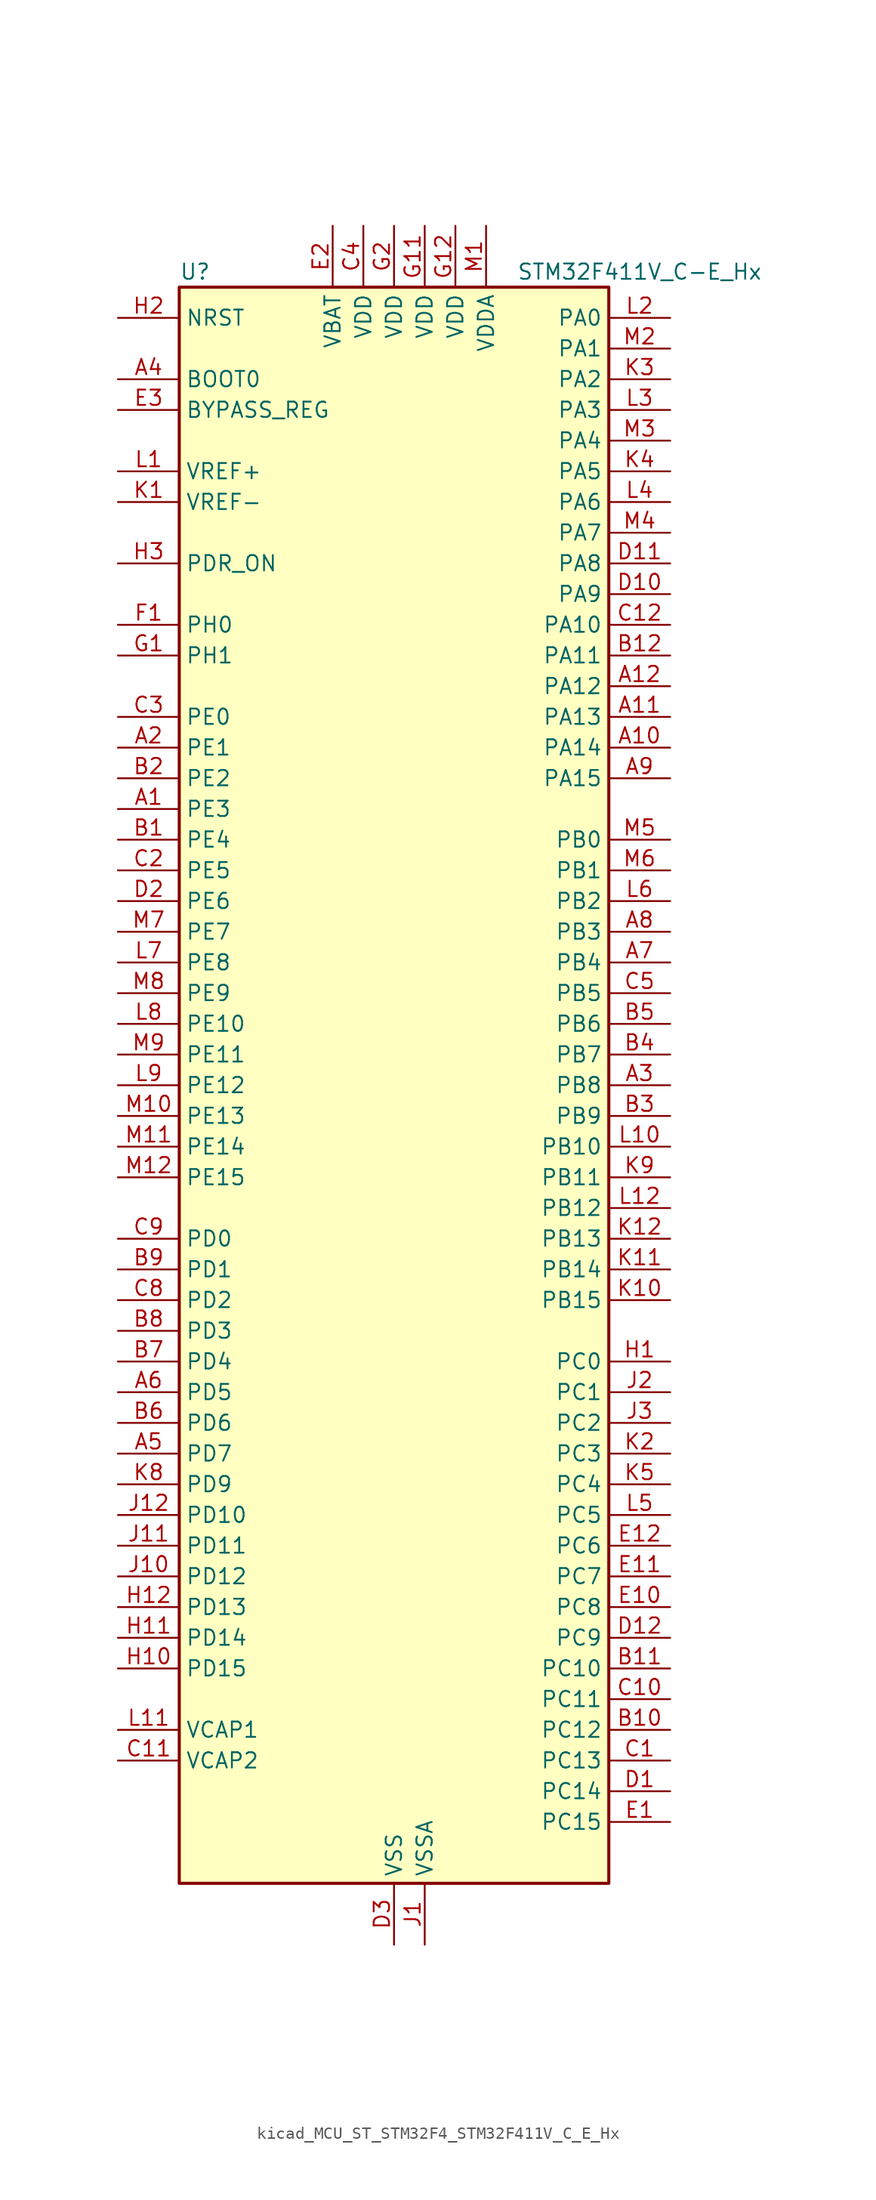
<source format=kicad_sym>
(kicad_symbol_lib
  (version 20220914)
  (generator kicad_symbol_editor)
  (symbol "kicad_MCU_ST_STM32F4_STM32F411V_C_E_Hx"
    (property "Reference" "U"
      (at -17.78 67.31 0)
      (effects (font (size 1.27 1.27)) (justify left)))
    (property "Value" "STM32F411V_C-E_Hx"
      (at 10.16 67.31 0)
      (effects (font (size 1.27 1.27)) (justify left)))
    (property "ki_locked" ""
      (at 0 0 0)
      (effects (font (size 1.27 1.27))))
    (symbol "kicad_MCU_ST_STM32F4_STM32F411V_C_E_Hx_0_1"
      (rectangle (start -17.78 -66.04) (end 17.78 66.04) (stroke (width 0.254) (type default)) (fill (type background))))
    (symbol "kicad_MCU_ST_STM32F4_STM32F411V_C_E_Hx_1_1"
      (pin bidirectional line (at -22.86 22.86 0) (length 5.08) (name "PE3" (effects (font (size 1.27 1.27)))) (number "A1" (effects (font (size 1.27 1.27)))) (alternate "SYS_TRACED0" bidirectional line))
      (pin bidirectional line (at 22.86 27.94 180) (length 5.08) (name "PA14" (effects (font (size 1.27 1.27)))) (number "A10" (effects (font (size 1.27 1.27)))) (alternate "SYS_JTCK-SWCLK" bidirectional line))
      (pin bidirectional line (at 22.86 30.48 180) (length 5.08) (name "PA13" (effects (font (size 1.27 1.27)))) (number "A11" (effects (font (size 1.27 1.27)))) (alternate "SYS_JTMS-SWDIO" bidirectional line))
      (pin bidirectional line (at 22.86 33.02 180) (length 5.08) (name "PA12" (effects (font (size 1.27 1.27)))) (number "A12" (effects (font (size 1.27 1.27)))) (alternate "SPI5_MISO" bidirectional line) (alternate "TIM1_ETR" bidirectional line) (alternate "USART1_RTS" bidirectional line) (alternate "USART6_RX" bidirectional line) (alternate "USB_OTG_FS_DP" bidirectional line))
      (pin bidirectional line (at -22.86 27.94 0) (length 5.08) (name "PE1" (effects (font (size 1.27 1.27)))) (number "A2" (effects (font (size 1.27 1.27)))))
      (pin bidirectional line (at 22.86 0 180) (length 5.08) (name "PB8" (effects (font (size 1.27 1.27)))) (number "A3" (effects (font (size 1.27 1.27)))) (alternate "I2C1_SCL" bidirectional line) (alternate "I2C3_SDA" bidirectional line) (alternate "I2S5_SD" bidirectional line) (alternate "SDIO_D4" bidirectional line) (alternate "SPI5_MOSI" bidirectional line) (alternate "TIM10_CH1" bidirectional line) (alternate "TIM4_CH3" bidirectional line))
      (pin input line (at -22.86 58.42 0) (length 5.08) (name "BOOT0" (effects (font (size 1.27 1.27)))) (number "A4" (effects (font (size 1.27 1.27)))))
      (pin bidirectional line (at -22.86 -30.48 0) (length 5.08) (name "PD7" (effects (font (size 1.27 1.27)))) (number "A5" (effects (font (size 1.27 1.27)))) (alternate "USART2_CK" bidirectional line))
      (pin bidirectional line (at -22.86 -25.4 0) (length 5.08) (name "PD5" (effects (font (size 1.27 1.27)))) (number "A6" (effects (font (size 1.27 1.27)))) (alternate "USART2_TX" bidirectional line))
      (pin bidirectional line (at 22.86 10.16 180) (length 5.08) (name "PB4" (effects (font (size 1.27 1.27)))) (number "A7" (effects (font (size 1.27 1.27)))) (alternate "I2C3_SDA" bidirectional line) (alternate "I2S3_ext_SD" bidirectional line) (alternate "SDIO_D0" bidirectional line) (alternate "SPI1_MISO" bidirectional line) (alternate "SPI3_MISO" bidirectional line) (alternate "SYS_JTRST" bidirectional line) (alternate "TIM3_CH1" bidirectional line))
      (pin bidirectional line (at 22.86 12.7 180) (length 5.08) (name "PB3" (effects (font (size 1.27 1.27)))) (number "A8" (effects (font (size 1.27 1.27)))) (alternate "I2C2_SDA" bidirectional line) (alternate "I2S1_CK" bidirectional line) (alternate "I2S3_CK" bidirectional line) (alternate "SPI1_SCK" bidirectional line) (alternate "SPI3_SCK" bidirectional line) (alternate "SYS_JTDO-SWO" bidirectional line) (alternate "TIM2_CH2" bidirectional line) (alternate "USART1_RX" bidirectional line))
      (pin bidirectional line (at 22.86 25.4 180) (length 5.08) (name "PA15" (effects (font (size 1.27 1.27)))) (number "A9" (effects (font (size 1.27 1.27)))) (alternate "ADC1_EXTI15" bidirectional line) (alternate "I2S1_WS" bidirectional line) (alternate "I2S3_WS" bidirectional line) (alternate "SPI1_NSS" bidirectional line) (alternate "SPI3_NSS" bidirectional line) (alternate "SYS_JTDI" bidirectional line) (alternate "TIM2_CH1" bidirectional line) (alternate "TIM2_ETR" bidirectional line) (alternate "USART1_TX" bidirectional line))
      (pin bidirectional line (at -22.86 20.32 0) (length 5.08) (name "PE4" (effects (font (size 1.27 1.27)))) (number "B1" (effects (font (size 1.27 1.27)))) (alternate "I2S4_WS" bidirectional line) (alternate "I2S5_WS" bidirectional line) (alternate "SPI4_NSS" bidirectional line) (alternate "SPI5_NSS" bidirectional line) (alternate "SYS_TRACED1" bidirectional line))
      (pin bidirectional line (at 22.86 -53.34 180) (length 5.08) (name "PC12" (effects (font (size 1.27 1.27)))) (number "B10" (effects (font (size 1.27 1.27)))) (alternate "I2S3_SD" bidirectional line) (alternate "SDIO_CK" bidirectional line) (alternate "SPI3_MOSI" bidirectional line))
      (pin bidirectional line (at 22.86 -48.26 180) (length 5.08) (name "PC10" (effects (font (size 1.27 1.27)))) (number "B11" (effects (font (size 1.27 1.27)))) (alternate "I2S3_CK" bidirectional line) (alternate "SDIO_D2" bidirectional line) (alternate "SPI3_SCK" bidirectional line))
      (pin bidirectional line (at 22.86 35.56 180) (length 5.08) (name "PA11" (effects (font (size 1.27 1.27)))) (number "B12" (effects (font (size 1.27 1.27)))) (alternate "ADC1_EXTI11" bidirectional line) (alternate "SPI4_MISO" bidirectional line) (alternate "TIM1_CH4" bidirectional line) (alternate "USART1_CTS" bidirectional line) (alternate "USART6_TX" bidirectional line) (alternate "USB_OTG_FS_DM" bidirectional line))
      (pin bidirectional line (at -22.86 25.4 0) (length 5.08) (name "PE2" (effects (font (size 1.27 1.27)))) (number "B2" (effects (font (size 1.27 1.27)))) (alternate "I2S4_CK" bidirectional line) (alternate "I2S5_CK" bidirectional line) (alternate "SPI4_SCK" bidirectional line) (alternate "SPI5_SCK" bidirectional line) (alternate "SYS_TRACECLK" bidirectional line))
      (pin bidirectional line (at 22.86 -2.54 180) (length 5.08) (name "PB9" (effects (font (size 1.27 1.27)))) (number "B3" (effects (font (size 1.27 1.27)))) (alternate "I2C1_SDA" bidirectional line) (alternate "I2C2_SDA" bidirectional line) (alternate "I2S2_WS" bidirectional line) (alternate "SDIO_D5" bidirectional line) (alternate "SPI2_NSS" bidirectional line) (alternate "TIM11_CH1" bidirectional line) (alternate "TIM4_CH4" bidirectional line))
      (pin bidirectional line (at 22.86 2.54 180) (length 5.08) (name "PB7" (effects (font (size 1.27 1.27)))) (number "B4" (effects (font (size 1.27 1.27)))) (alternate "I2C1_SDA" bidirectional line) (alternate "SDIO_D0" bidirectional line) (alternate "TIM4_CH2" bidirectional line) (alternate "USART1_RX" bidirectional line))
      (pin bidirectional line (at 22.86 5.08 180) (length 5.08) (name "PB6" (effects (font (size 1.27 1.27)))) (number "B5" (effects (font (size 1.27 1.27)))) (alternate "I2C1_SCL" bidirectional line) (alternate "TIM4_CH1" bidirectional line) (alternate "USART1_TX" bidirectional line))
      (pin bidirectional line (at -22.86 -27.94 0) (length 5.08) (name "PD6" (effects (font (size 1.27 1.27)))) (number "B6" (effects (font (size 1.27 1.27)))) (alternate "I2S3_SD" bidirectional line) (alternate "SPI3_MOSI" bidirectional line) (alternate "USART2_RX" bidirectional line))
      (pin bidirectional line (at -22.86 -22.86 0) (length 5.08) (name "PD4" (effects (font (size 1.27 1.27)))) (number "B7" (effects (font (size 1.27 1.27)))) (alternate "USART2_RTS" bidirectional line))
      (pin bidirectional line (at -22.86 -20.32 0) (length 5.08) (name "PD3" (effects (font (size 1.27 1.27)))) (number "B8" (effects (font (size 1.27 1.27)))) (alternate "I2S2_CK" bidirectional line) (alternate "SPI2_SCK" bidirectional line) (alternate "USART2_CTS" bidirectional line))
      (pin bidirectional line (at -22.86 -15.24 0) (length 5.08) (name "PD1" (effects (font (size 1.27 1.27)))) (number "B9" (effects (font (size 1.27 1.27)))))
      (pin bidirectional line (at 22.86 -55.88 180) (length 5.08) (name "PC13" (effects (font (size 1.27 1.27)))) (number "C1" (effects (font (size 1.27 1.27)))) (alternate "RTC_AF1" bidirectional line))
      (pin bidirectional line (at 22.86 -50.8 180) (length 5.08) (name "PC11" (effects (font (size 1.27 1.27)))) (number "C10" (effects (font (size 1.27 1.27)))) (alternate "ADC1_EXTI11" bidirectional line) (alternate "I2S3_ext_SD" bidirectional line) (alternate "SDIO_D3" bidirectional line) (alternate "SPI3_MISO" bidirectional line))
      (pin power_out line (at -22.86 -55.88 0) (length 5.08) (name "VCAP2" (effects (font (size 1.27 1.27)))) (number "C11" (effects (font (size 1.27 1.27)))))
      (pin bidirectional line (at 22.86 38.1 180) (length 5.08) (name "PA10" (effects (font (size 1.27 1.27)))) (number "C12" (effects (font (size 1.27 1.27)))) (alternate "I2S5_SD" bidirectional line) (alternate "SPI5_MOSI" bidirectional line) (alternate "TIM1_CH3" bidirectional line) (alternate "USART1_RX" bidirectional line) (alternate "USB_OTG_FS_ID" bidirectional line))
      (pin bidirectional line (at -22.86 17.78 0) (length 5.08) (name "PE5" (effects (font (size 1.27 1.27)))) (number "C2" (effects (font (size 1.27 1.27)))) (alternate "SPI4_MISO" bidirectional line) (alternate "SPI5_MISO" bidirectional line) (alternate "SYS_TRACED2" bidirectional line) (alternate "TIM9_CH1" bidirectional line))
      (pin bidirectional line (at -22.86 30.48 0) (length 5.08) (name "PE0" (effects (font (size 1.27 1.27)))) (number "C3" (effects (font (size 1.27 1.27)))) (alternate "TIM4_ETR" bidirectional line))
      (pin power_in line (at -2.54 71.12 270) (length 5.08) (name "VDD" (effects (font (size 1.27 1.27)))) (number "C4" (effects (font (size 1.27 1.27)))))
      (pin bidirectional line (at 22.86 7.62 180) (length 5.08) (name "PB5" (effects (font (size 1.27 1.27)))) (number "C5" (effects (font (size 1.27 1.27)))) (alternate "I2C1_SMBA" bidirectional line) (alternate "I2S1_SD" bidirectional line) (alternate "I2S3_SD" bidirectional line) (alternate "SDIO_D3" bidirectional line) (alternate "SPI1_MOSI" bidirectional line) (alternate "SPI3_MOSI" bidirectional line) (alternate "TIM3_CH2" bidirectional line))
      (pin bidirectional line (at -22.86 -17.78 0) (length 5.08) (name "PD2" (effects (font (size 1.27 1.27)))) (number "C8" (effects (font (size 1.27 1.27)))) (alternate "SDIO_CMD" bidirectional line) (alternate "TIM3_ETR" bidirectional line))
      (pin bidirectional line (at -22.86 -12.7 0) (length 5.08) (name "PD0" (effects (font (size 1.27 1.27)))) (number "C9" (effects (font (size 1.27 1.27)))))
      (pin bidirectional line (at 22.86 -58.42 180) (length 5.08) (name "PC14" (effects (font (size 1.27 1.27)))) (number "D1" (effects (font (size 1.27 1.27)))) (alternate "RCC_OSC32_IN" bidirectional line))
      (pin bidirectional line (at 22.86 40.64 180) (length 5.08) (name "PA9" (effects (font (size 1.27 1.27)))) (number "D10" (effects (font (size 1.27 1.27)))) (alternate "I2C3_SMBA" bidirectional line) (alternate "SDIO_D2" bidirectional line) (alternate "TIM1_CH2" bidirectional line) (alternate "USART1_TX" bidirectional line) (alternate "USB_OTG_FS_VBUS" bidirectional line))
      (pin bidirectional line (at 22.86 43.18 180) (length 5.08) (name "PA8" (effects (font (size 1.27 1.27)))) (number "D11" (effects (font (size 1.27 1.27)))) (alternate "I2C3_SCL" bidirectional line) (alternate "RCC_MCO_1" bidirectional line) (alternate "SDIO_D1" bidirectional line) (alternate "TIM1_CH1" bidirectional line) (alternate "USART1_CK" bidirectional line) (alternate "USB_OTG_FS_SOF" bidirectional line))
      (pin bidirectional line (at 22.86 -45.72 180) (length 5.08) (name "PC9" (effects (font (size 1.27 1.27)))) (number "D12" (effects (font (size 1.27 1.27)))) (alternate "I2C3_SDA" bidirectional line) (alternate "I2S_CKIN" bidirectional line) (alternate "RCC_MCO_2" bidirectional line) (alternate "SDIO_D1" bidirectional line) (alternate "TIM3_CH4" bidirectional line))
      (pin bidirectional line (at -22.86 15.24 0) (length 5.08) (name "PE6" (effects (font (size 1.27 1.27)))) (number "D2" (effects (font (size 1.27 1.27)))) (alternate "I2S4_SD" bidirectional line) (alternate "I2S5_SD" bidirectional line) (alternate "SPI4_MOSI" bidirectional line) (alternate "SPI5_MOSI" bidirectional line) (alternate "SYS_TRACED3" bidirectional line) (alternate "TIM9_CH2" bidirectional line))
      (pin power_in line (at 0 -71.12 90) (length 5.08) (name "VSS" (effects (font (size 1.27 1.27)))) (number "D3" (effects (font (size 1.27 1.27)))))
      (pin bidirectional line (at 22.86 -60.96 180) (length 5.08) (name "PC15" (effects (font (size 1.27 1.27)))) (number "E1" (effects (font (size 1.27 1.27)))) (alternate "ADC1_EXTI15" bidirectional line) (alternate "RCC_OSC32_OUT" bidirectional line))
      (pin bidirectional line (at 22.86 -43.18 180) (length 5.08) (name "PC8" (effects (font (size 1.27 1.27)))) (number "E10" (effects (font (size 1.27 1.27)))) (alternate "SDIO_D0" bidirectional line) (alternate "TIM3_CH3" bidirectional line) (alternate "USART6_CK" bidirectional line))
      (pin bidirectional line (at 22.86 -40.64 180) (length 5.08) (name "PC7" (effects (font (size 1.27 1.27)))) (number "E11" (effects (font (size 1.27 1.27)))) (alternate "I2S2_CK" bidirectional line) (alternate "I2S3_MCK" bidirectional line) (alternate "SDIO_D7" bidirectional line) (alternate "SPI2_SCK" bidirectional line) (alternate "TIM3_CH2" bidirectional line) (alternate "USART6_RX" bidirectional line))
      (pin bidirectional line (at 22.86 -38.1 180) (length 5.08) (name "PC6" (effects (font (size 1.27 1.27)))) (number "E12" (effects (font (size 1.27 1.27)))) (alternate "I2S2_MCK" bidirectional line) (alternate "SDIO_D6" bidirectional line) (alternate "TIM3_CH1" bidirectional line) (alternate "USART6_TX" bidirectional line))
      (pin power_in line (at -5.08 71.12 270) (length 5.08) (name "VBAT" (effects (font (size 1.27 1.27)))) (number "E2" (effects (font (size 1.27 1.27)))))
      (pin input line (at -22.86 55.88 0) (length 5.08) (name "BYPASS_REG" (effects (font (size 1.27 1.27)))) (number "E3" (effects (font (size 1.27 1.27)))))
      (pin bidirectional line (at -22.86 38.1 0) (length 5.08) (name "PH0" (effects (font (size 1.27 1.27)))) (number "F1" (effects (font (size 1.27 1.27)))) (alternate "RCC_OSC_IN" bidirectional line))
      (pin passive line (at 0 -71.12 90) (length 5.08) hide (name "VSS" (effects (font (size 1.27 1.27)))) (number "F11" (effects (font (size 1.27 1.27)))))
      (pin passive line (at 0 -71.12 90) (length 5.08) hide (name "VSS" (effects (font (size 1.27 1.27)))) (number "F12" (effects (font (size 1.27 1.27)))))
      (pin passive line (at 0 -71.12 90) (length 5.08) hide (name "VSS" (effects (font (size 1.27 1.27)))) (number "F2" (effects (font (size 1.27 1.27)))))
      (pin bidirectional line (at -22.86 35.56 0) (length 5.08) (name "PH1" (effects (font (size 1.27 1.27)))) (number "G1" (effects (font (size 1.27 1.27)))) (alternate "RCC_OSC_OUT" bidirectional line))
      (pin power_in line (at 2.54 71.12 270) (length 5.08) (name "VDD" (effects (font (size 1.27 1.27)))) (number "G11" (effects (font (size 1.27 1.27)))))
      (pin power_in line (at 5.08 71.12 270) (length 5.08) (name "VDD" (effects (font (size 1.27 1.27)))) (number "G12" (effects (font (size 1.27 1.27)))))
      (pin power_in line (at 0 71.12 270) (length 5.08) (name "VDD" (effects (font (size 1.27 1.27)))) (number "G2" (effects (font (size 1.27 1.27)))))
      (pin bidirectional line (at 22.86 -22.86 180) (length 5.08) (name "PC0" (effects (font (size 1.27 1.27)))) (number "H1" (effects (font (size 1.27 1.27)))) (alternate "ADC1_IN10" bidirectional line))
      (pin bidirectional line (at -22.86 -48.26 0) (length 5.08) (name "PD15" (effects (font (size 1.27 1.27)))) (number "H10" (effects (font (size 1.27 1.27)))) (alternate "ADC1_EXTI15" bidirectional line) (alternate "TIM4_CH4" bidirectional line))
      (pin bidirectional line (at -22.86 -45.72 0) (length 5.08) (name "PD14" (effects (font (size 1.27 1.27)))) (number "H11" (effects (font (size 1.27 1.27)))) (alternate "TIM4_CH3" bidirectional line))
      (pin bidirectional line (at -22.86 -43.18 0) (length 5.08) (name "PD13" (effects (font (size 1.27 1.27)))) (number "H12" (effects (font (size 1.27 1.27)))) (alternate "TIM4_CH2" bidirectional line))
      (pin input line (at -22.86 63.5 0) (length 5.08) (name "NRST" (effects (font (size 1.27 1.27)))) (number "H2" (effects (font (size 1.27 1.27)))))
      (pin input line (at -22.86 43.18 0) (length 5.08) (name "PDR_ON" (effects (font (size 1.27 1.27)))) (number "H3" (effects (font (size 1.27 1.27)))))
      (pin power_in line (at 2.54 -71.12 90) (length 5.08) (name "VSSA" (effects (font (size 1.27 1.27)))) (number "J1" (effects (font (size 1.27 1.27)))))
      (pin bidirectional line (at -22.86 -40.64 0) (length 5.08) (name "PD12" (effects (font (size 1.27 1.27)))) (number "J10" (effects (font (size 1.27 1.27)))) (alternate "TIM4_CH1" bidirectional line))
      (pin bidirectional line (at -22.86 -38.1 0) (length 5.08) (name "PD11" (effects (font (size 1.27 1.27)))) (number "J11" (effects (font (size 1.27 1.27)))) (alternate "ADC1_EXTI11" bidirectional line))
      (pin bidirectional line (at -22.86 -35.56 0) (length 5.08) (name "PD10" (effects (font (size 1.27 1.27)))) (number "J12" (effects (font (size 1.27 1.27)))))
      (pin bidirectional line (at 22.86 -25.4 180) (length 5.08) (name "PC1" (effects (font (size 1.27 1.27)))) (number "J2" (effects (font (size 1.27 1.27)))) (alternate "ADC1_IN11" bidirectional line))
      (pin bidirectional line (at 22.86 -27.94 180) (length 5.08) (name "PC2" (effects (font (size 1.27 1.27)))) (number "J3" (effects (font (size 1.27 1.27)))) (alternate "ADC1_IN12" bidirectional line) (alternate "I2S2_ext_SD" bidirectional line) (alternate "SPI2_MISO" bidirectional line))
      (pin input line (at -22.86 48.26 0) (length 5.08) (name "VREF-" (effects (font (size 1.27 1.27)))) (number "K1" (effects (font (size 1.27 1.27)))))
      (pin bidirectional line (at 22.86 -17.78 180) (length 5.08) (name "PB15" (effects (font (size 1.27 1.27)))) (number "K10" (effects (font (size 1.27 1.27)))) (alternate "ADC1_EXTI15" bidirectional line) (alternate "I2S2_SD" bidirectional line) (alternate "RTC_REFIN" bidirectional line) (alternate "SDIO_CK" bidirectional line) (alternate "SPI2_MOSI" bidirectional line) (alternate "TIM1_CH3N" bidirectional line))
      (pin bidirectional line (at 22.86 -15.24 180) (length 5.08) (name "PB14" (effects (font (size 1.27 1.27)))) (number "K11" (effects (font (size 1.27 1.27)))) (alternate "I2S2_ext_SD" bidirectional line) (alternate "SDIO_D6" bidirectional line) (alternate "SPI2_MISO" bidirectional line) (alternate "TIM1_CH2N" bidirectional line))
      (pin bidirectional line (at 22.86 -12.7 180) (length 5.08) (name "PB13" (effects (font (size 1.27 1.27)))) (number "K12" (effects (font (size 1.27 1.27)))) (alternate "I2S2_CK" bidirectional line) (alternate "I2S4_CK" bidirectional line) (alternate "SPI2_SCK" bidirectional line) (alternate "SPI4_SCK" bidirectional line) (alternate "TIM1_CH1N" bidirectional line))
      (pin bidirectional line (at 22.86 -30.48 180) (length 5.08) (name "PC3" (effects (font (size 1.27 1.27)))) (number "K2" (effects (font (size 1.27 1.27)))) (alternate "ADC1_IN13" bidirectional line) (alternate "I2S2_SD" bidirectional line) (alternate "SPI2_MOSI" bidirectional line))
      (pin bidirectional line (at 22.86 58.42 180) (length 5.08) (name "PA2" (effects (font (size 1.27 1.27)))) (number "K3" (effects (font (size 1.27 1.27)))) (alternate "ADC1_IN2" bidirectional line) (alternate "I2S_CKIN" bidirectional line) (alternate "TIM2_CH3" bidirectional line) (alternate "TIM5_CH3" bidirectional line) (alternate "TIM9_CH1" bidirectional line) (alternate "USART2_TX" bidirectional line))
      (pin bidirectional line (at 22.86 50.8 180) (length 5.08) (name "PA5" (effects (font (size 1.27 1.27)))) (number "K4" (effects (font (size 1.27 1.27)))) (alternate "ADC1_IN5" bidirectional line) (alternate "I2S1_CK" bidirectional line) (alternate "SPI1_SCK" bidirectional line) (alternate "TIM2_CH1" bidirectional line) (alternate "TIM2_ETR" bidirectional line))
      (pin bidirectional line (at 22.86 -33.02 180) (length 5.08) (name "PC4" (effects (font (size 1.27 1.27)))) (number "K5" (effects (font (size 1.27 1.27)))) (alternate "ADC1_IN14" bidirectional line))
      (pin bidirectional line (at -22.86 -33.02 0) (length 5.08) (name "PD9" (effects (font (size 1.27 1.27)))) (number "K8" (effects (font (size 1.27 1.27)))))
      (pin bidirectional line (at 22.86 -7.62 180) (length 5.08) (name "PB11" (effects (font (size 1.27 1.27)))) (number "K9" (effects (font (size 1.27 1.27)))) (alternate "ADC1_EXTI11" bidirectional line) (alternate "I2C2_SDA" bidirectional line) (alternate "I2S_CKIN" bidirectional line) (alternate "TIM2_CH4" bidirectional line))
      (pin input line (at -22.86 50.8 0) (length 5.08) (name "VREF+" (effects (font (size 1.27 1.27)))) (number "L1" (effects (font (size 1.27 1.27)))))
      (pin bidirectional line (at 22.86 -5.08 180) (length 5.08) (name "PB10" (effects (font (size 1.27 1.27)))) (number "L10" (effects (font (size 1.27 1.27)))) (alternate "I2C2_SCL" bidirectional line) (alternate "I2S2_CK" bidirectional line) (alternate "I2S3_MCK" bidirectional line) (alternate "SDIO_D7" bidirectional line) (alternate "SPI2_SCK" bidirectional line) (alternate "TIM2_CH3" bidirectional line))
      (pin power_out line (at -22.86 -53.34 0) (length 5.08) (name "VCAP1" (effects (font (size 1.27 1.27)))) (number "L11" (effects (font (size 1.27 1.27)))))
      (pin bidirectional line (at 22.86 -10.16 180) (length 5.08) (name "PB12" (effects (font (size 1.27 1.27)))) (number "L12" (effects (font (size 1.27 1.27)))) (alternate "I2C2_SMBA" bidirectional line) (alternate "I2S2_WS" bidirectional line) (alternate "I2S3_CK" bidirectional line) (alternate "I2S4_WS" bidirectional line) (alternate "SPI2_NSS" bidirectional line) (alternate "SPI3_SCK" bidirectional line) (alternate "SPI4_NSS" bidirectional line) (alternate "TIM1_BKIN" bidirectional line))
      (pin bidirectional line (at 22.86 63.5 180) (length 5.08) (name "PA0" (effects (font (size 1.27 1.27)))) (number "L2" (effects (font (size 1.27 1.27)))) (alternate "ADC1_IN0" bidirectional line) (alternate "SYS_WKUP" bidirectional line) (alternate "TIM2_CH1" bidirectional line) (alternate "TIM2_ETR" bidirectional line) (alternate "TIM5_CH1" bidirectional line) (alternate "USART2_CTS" bidirectional line))
      (pin bidirectional line (at 22.86 55.88 180) (length 5.08) (name "PA3" (effects (font (size 1.27 1.27)))) (number "L3" (effects (font (size 1.27 1.27)))) (alternate "ADC1_IN3" bidirectional line) (alternate "I2S2_MCK" bidirectional line) (alternate "TIM2_CH4" bidirectional line) (alternate "TIM5_CH4" bidirectional line) (alternate "TIM9_CH2" bidirectional line) (alternate "USART2_RX" bidirectional line))
      (pin bidirectional line (at 22.86 48.26 180) (length 5.08) (name "PA6" (effects (font (size 1.27 1.27)))) (number "L4" (effects (font (size 1.27 1.27)))) (alternate "ADC1_IN6" bidirectional line) (alternate "I2S2_MCK" bidirectional line) (alternate "SDIO_CMD" bidirectional line) (alternate "SPI1_MISO" bidirectional line) (alternate "TIM1_BKIN" bidirectional line) (alternate "TIM3_CH1" bidirectional line))
      (pin bidirectional line (at 22.86 -35.56 180) (length 5.08) (name "PC5" (effects (font (size 1.27 1.27)))) (number "L5" (effects (font (size 1.27 1.27)))) (alternate "ADC1_IN15" bidirectional line))
      (pin bidirectional line (at 22.86 15.24 180) (length 5.08) (name "PB2" (effects (font (size 1.27 1.27)))) (number "L6" (effects (font (size 1.27 1.27)))))
      (pin bidirectional line (at -22.86 10.16 0) (length 5.08) (name "PE8" (effects (font (size 1.27 1.27)))) (number "L7" (effects (font (size 1.27 1.27)))) (alternate "TIM1_CH1N" bidirectional line))
      (pin bidirectional line (at -22.86 5.08 0) (length 5.08) (name "PE10" (effects (font (size 1.27 1.27)))) (number "L8" (effects (font (size 1.27 1.27)))) (alternate "TIM1_CH2N" bidirectional line))
      (pin bidirectional line (at -22.86 0 0) (length 5.08) (name "PE12" (effects (font (size 1.27 1.27)))) (number "L9" (effects (font (size 1.27 1.27)))) (alternate "I2S4_CK" bidirectional line) (alternate "I2S5_CK" bidirectional line) (alternate "SPI4_SCK" bidirectional line) (alternate "SPI5_SCK" bidirectional line) (alternate "TIM1_CH3N" bidirectional line))
      (pin power_in line (at 7.62 71.12 270) (length 5.08) (name "VDDA" (effects (font (size 1.27 1.27)))) (number "M1" (effects (font (size 1.27 1.27)))))
      (pin bidirectional line (at -22.86 -2.54 0) (length 5.08) (name "PE13" (effects (font (size 1.27 1.27)))) (number "M10" (effects (font (size 1.27 1.27)))) (alternate "SPI4_MISO" bidirectional line) (alternate "SPI5_MISO" bidirectional line) (alternate "TIM1_CH3" bidirectional line))
      (pin bidirectional line (at -22.86 -5.08 0) (length 5.08) (name "PE14" (effects (font (size 1.27 1.27)))) (number "M11" (effects (font (size 1.27 1.27)))) (alternate "I2S4_SD" bidirectional line) (alternate "I2S5_SD" bidirectional line) (alternate "SPI4_MOSI" bidirectional line) (alternate "SPI5_MOSI" bidirectional line) (alternate "TIM1_CH4" bidirectional line))
      (pin bidirectional line (at -22.86 -7.62 0) (length 5.08) (name "PE15" (effects (font (size 1.27 1.27)))) (number "M12" (effects (font (size 1.27 1.27)))) (alternate "ADC1_EXTI15" bidirectional line) (alternate "TIM1_BKIN" bidirectional line))
      (pin bidirectional line (at 22.86 60.96 180) (length 5.08) (name "PA1" (effects (font (size 1.27 1.27)))) (number "M2" (effects (font (size 1.27 1.27)))) (alternate "ADC1_IN1" bidirectional line) (alternate "I2S4_SD" bidirectional line) (alternate "SPI4_MOSI" bidirectional line) (alternate "TIM2_CH2" bidirectional line) (alternate "TIM5_CH2" bidirectional line) (alternate "USART2_RTS" bidirectional line))
      (pin bidirectional line (at 22.86 53.34 180) (length 5.08) (name "PA4" (effects (font (size 1.27 1.27)))) (number "M3" (effects (font (size 1.27 1.27)))) (alternate "ADC1_IN4" bidirectional line) (alternate "I2S1_WS" bidirectional line) (alternate "I2S3_WS" bidirectional line) (alternate "SPI1_NSS" bidirectional line) (alternate "SPI3_NSS" bidirectional line) (alternate "USART2_CK" bidirectional line))
      (pin bidirectional line (at 22.86 45.72 180) (length 5.08) (name "PA7" (effects (font (size 1.27 1.27)))) (number "M4" (effects (font (size 1.27 1.27)))) (alternate "ADC1_IN7" bidirectional line) (alternate "I2S1_SD" bidirectional line) (alternate "SPI1_MOSI" bidirectional line) (alternate "TIM1_CH1N" bidirectional line) (alternate "TIM3_CH2" bidirectional line))
      (pin bidirectional line (at 22.86 20.32 180) (length 5.08) (name "PB0" (effects (font (size 1.27 1.27)))) (number "M5" (effects (font (size 1.27 1.27)))) (alternate "ADC1_IN8" bidirectional line) (alternate "I2S5_CK" bidirectional line) (alternate "SPI5_SCK" bidirectional line) (alternate "TIM1_CH2N" bidirectional line) (alternate "TIM3_CH3" bidirectional line))
      (pin bidirectional line (at 22.86 17.78 180) (length 5.08) (name "PB1" (effects (font (size 1.27 1.27)))) (number "M6" (effects (font (size 1.27 1.27)))) (alternate "ADC1_IN9" bidirectional line) (alternate "I2S5_WS" bidirectional line) (alternate "SPI5_NSS" bidirectional line) (alternate "TIM1_CH3N" bidirectional line) (alternate "TIM3_CH4" bidirectional line))
      (pin bidirectional line (at -22.86 12.7 0) (length 5.08) (name "PE7" (effects (font (size 1.27 1.27)))) (number "M7" (effects (font (size 1.27 1.27)))) (alternate "TIM1_ETR" bidirectional line))
      (pin bidirectional line (at -22.86 7.62 0) (length 5.08) (name "PE9" (effects (font (size 1.27 1.27)))) (number "M8" (effects (font (size 1.27 1.27)))) (alternate "TIM1_CH1" bidirectional line))
      (pin bidirectional line (at -22.86 2.54 0) (length 5.08) (name "PE11" (effects (font (size 1.27 1.27)))) (number "M9" (effects (font (size 1.27 1.27)))) (alternate "ADC1_EXTI11" bidirectional line) (alternate "I2S4_WS" bidirectional line) (alternate "I2S5_WS" bidirectional line) (alternate "SPI4_NSS" bidirectional line) (alternate "SPI5_NSS" bidirectional line) (alternate "TIM1_CH2" bidirectional line)))))
</source>
